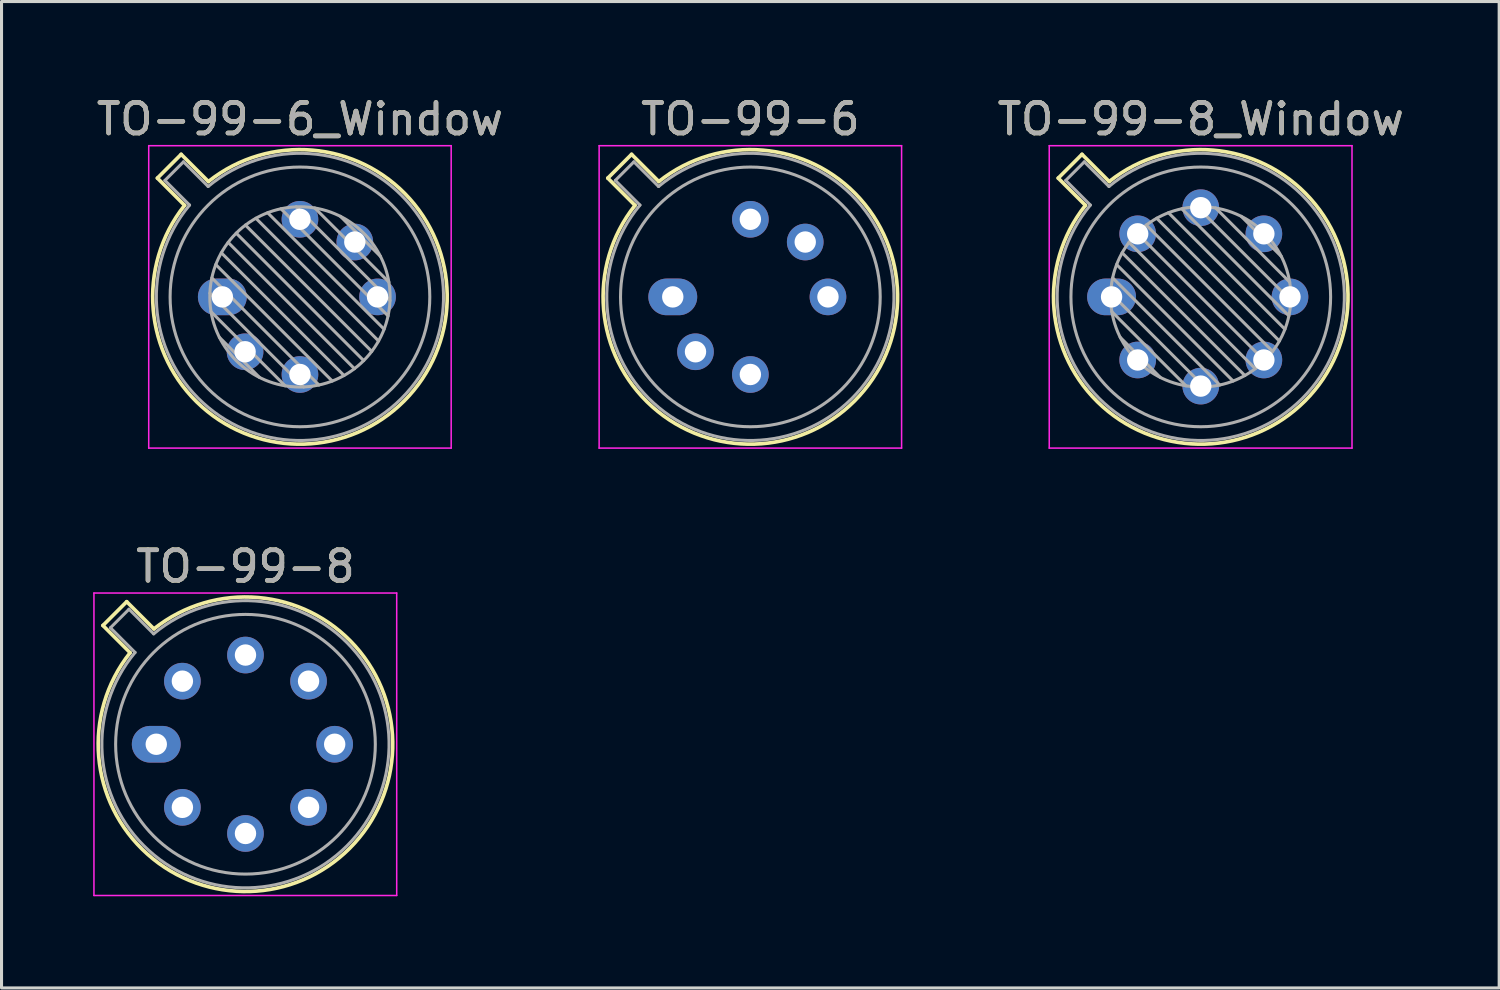
<source format=kicad_pcb>
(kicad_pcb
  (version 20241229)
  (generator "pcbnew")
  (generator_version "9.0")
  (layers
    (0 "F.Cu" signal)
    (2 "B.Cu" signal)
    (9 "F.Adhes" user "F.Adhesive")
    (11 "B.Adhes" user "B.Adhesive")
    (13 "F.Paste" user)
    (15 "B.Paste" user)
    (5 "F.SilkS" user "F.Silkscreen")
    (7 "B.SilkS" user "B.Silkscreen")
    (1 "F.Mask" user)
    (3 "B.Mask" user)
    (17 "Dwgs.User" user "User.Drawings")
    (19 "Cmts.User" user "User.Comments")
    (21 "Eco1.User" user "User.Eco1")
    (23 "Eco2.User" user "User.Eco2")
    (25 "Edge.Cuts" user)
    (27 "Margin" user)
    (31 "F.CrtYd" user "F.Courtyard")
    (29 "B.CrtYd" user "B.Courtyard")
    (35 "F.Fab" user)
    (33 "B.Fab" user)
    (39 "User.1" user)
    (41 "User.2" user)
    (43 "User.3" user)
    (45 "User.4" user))
  (footprint "TO-99-6"
    (layer "F.Cu")
    (at 18.971 6.668)
    (property "Reference" "TO-99-6" (at 2.54 -5.82 0) (layer "F.SilkS") (effects (font (size 1 1) (thickness 0.15))))
    (attr through_hole)
    (fp_line (start -2.126 -3.888) (end -1.235 -2.997) (stroke (width 0.12) (type solid)) (layer "F.SilkS"))
    (fp_line (start -1.348 -4.666) (end -2.126 -3.888) (stroke (width 0.12) (type solid)) (layer "F.SilkS"))
    (fp_line (start -0.457 -3.775) (end -1.348 -4.666) (stroke (width 0.12) (type solid)) (layer "F.SilkS"))
    (fp_arc (start -0.457084 -3.774902) (mid 5.948125 3.408384) (end -1.234674 -2.997371) (stroke (width 0.12) (type solid)) (layer "F.SilkS"))
    (fp_line (start -2.41 -4.95) (end -2.41 4.95) (stroke (width 0.05) (type solid)) (layer "F.CrtYd"))
    (fp_line (start -2.41 4.95) (end 7.49 4.95) (stroke (width 0.05) (type solid)) (layer "F.CrtYd"))
    (fp_line (start 7.49 -4.95) (end -2.41 -4.95) (stroke (width 0.05) (type solid)) (layer "F.CrtYd"))
    (fp_line (start 7.49 4.95) (end 7.49 -4.95) (stroke (width 0.05) (type solid)) (layer "F.CrtYd"))
    (fp_line (start -1.88 -3.812) (end -1.074 -3.005) (stroke (width 0.1) (type solid)) (layer "F.Fab"))
    (fp_line (start -1.272 -4.42) (end -1.88 -3.812) (stroke (width 0.1) (type solid)) (layer "F.Fab"))
    (fp_line (start -0.465 -3.614) (end -1.272 -4.42) (stroke (width 0.1) (type solid)) (layer "F.Fab"))
    (fp_arc (start -0.465408 -3.61352) (mid 5.863443 3.323361) (end -1.073594 -3.005319) (stroke (width 0.1) (type solid)) (layer "F.Fab"))
    (fp_circle (center 2.54 0) (end 6.79 0) (stroke (width 0.1) (type solid)) (fill no) (layer "F.Fab"))
    (fp_text user "${REFERENCE}" (at 2.54 -5.82 0) (layer "F.Fab") (effects (font (size 1 1) (thickness 0.15))))
    (pad "1" thru_hole oval (at 0 0) (size 1.6 1.2) (drill 0.7) (layers "*.Cu" "*.Mask"))
    (pad "2" thru_hole oval (at 0.744 1.796) (size 1.2 1.2) (drill 0.7) (layers "*.Cu" "*.Mask"))
    (pad "3" thru_hole oval (at 2.54 2.54) (size 1.2 1.2) (drill 0.7) (layers "*.Cu" "*.Mask"))
    (pad "4" thru_hole oval (at 5.08 0) (size 1.2 1.2) (drill 0.7) (layers "*.Cu" "*.Mask"))
    (pad "5" thru_hole oval (at 4.336 -1.796) (size 1.2 1.2) (drill 0.7) (layers "*.Cu" "*.Mask"))
    (pad "6" thru_hole oval (at 2.54 -2.54) (size 1.2 1.2) (drill 0.7) (layers "*.Cu" "*.Mask")))
  (footprint "TO-99-8"
    (layer "F.Cu")
    (at 2.065 21.311)
    (property "Reference" "TO-99-8" (at 2.92 -5.82 0) (layer "F.SilkS") (effects (font (size 1 1) (thickness 0.15))))
    (attr through_hole)
    (fp_line (start -1.746 -3.888) (end -0.855 -2.997) (stroke (width 0.12) (type solid)) (layer "F.SilkS"))
    (fp_line (start -0.968 -4.666) (end -1.746 -3.888) (stroke (width 0.12) (type solid)) (layer "F.SilkS"))
    (fp_line (start -0.077 -3.775) (end -0.968 -4.666) (stroke (width 0.12) (type solid)) (layer "F.SilkS"))
    (fp_arc (start -0.077084 -3.774902) (mid 6.328125 3.408384) (end -0.854674 -2.997371) (stroke (width 0.12) (type solid)) (layer "F.SilkS"))
    (fp_line (start -2.04 -4.95) (end -2.04 4.95) (stroke (width 0.05) (type solid)) (layer "F.CrtYd"))
    (fp_line (start -2.04 4.95) (end 7.87 4.95) (stroke (width 0.05) (type solid)) (layer "F.CrtYd"))
    (fp_line (start 7.87 -4.95) (end -2.04 -4.95) (stroke (width 0.05) (type solid)) (layer "F.CrtYd"))
    (fp_line (start 7.87 4.95) (end 7.87 -4.95) (stroke (width 0.05) (type solid)) (layer "F.CrtYd"))
    (fp_line (start -1.5 -3.812) (end -0.694 -3.005) (stroke (width 0.1) (type solid)) (layer "F.Fab"))
    (fp_line (start -0.892 -4.42) (end -1.5 -3.812) (stroke (width 0.1) (type solid)) (layer "F.Fab"))
    (fp_line (start -0.085 -3.614) (end -0.892 -4.42) (stroke (width 0.1) (type solid)) (layer "F.Fab"))
    (fp_arc (start -0.085408 -3.61352) (mid 6.243443 3.323361) (end -0.693594 -3.005319) (stroke (width 0.1) (type solid)) (layer "F.Fab"))
    (fp_circle (center 2.92 0) (end 7.17 0) (stroke (width 0.1) (type solid)) (fill no) (layer "F.Fab"))
    (fp_text user "${REFERENCE}" (at 2.92 -5.82 0) (layer "F.Fab") (effects (font (size 1 1) (thickness 0.15))))
    (pad "1" thru_hole oval (at 0 0) (size 1.6 1.2) (drill 0.7) (layers "*.Cu" "*.Mask"))
    (pad "2" thru_hole oval (at 0.855 2.065) (size 1.2 1.2) (drill 0.7) (layers "*.Cu" "*.Mask"))
    (pad "3" thru_hole oval (at 2.92 2.92) (size 1.2 1.2) (drill 0.7) (layers "*.Cu" "*.Mask"))
    (pad "4" thru_hole oval (at 4.985 2.065) (size 1.2 1.2) (drill 0.7) (layers "*.Cu" "*.Mask"))
    (pad "5" thru_hole oval (at 5.84 0) (size 1.2 1.2) (drill 0.7) (layers "*.Cu" "*.Mask"))
    (pad "6" thru_hole oval (at 4.985 -2.065) (size 1.2 1.2) (drill 0.7) (layers "*.Cu" "*.Mask"))
    (pad "7" thru_hole oval (at 2.92 -2.92) (size 1.2 1.2) (drill 0.7) (layers "*.Cu" "*.Mask"))
    (pad "8" thru_hole oval (at 0.855 -2.065) (size 1.2 1.2) (drill 0.7) (layers "*.Cu" "*.Mask")))
  (footprint "TO-99-8_Window"
    (layer "F.Cu")
    (at 33.334 6.668)
    (property "Reference" "TO-99-8_Window" (at 2.92 -5.82 0) (layer "F.SilkS") (effects (font (size 1 1) (thickness 0.15))))
    (attr through_hole)
    (fp_line (start -1.746 -3.888) (end -0.855 -2.997) (stroke (width 0.12) (type solid)) (layer "F.SilkS"))
    (fp_line (start -0.968 -4.666) (end -1.746 -3.888) (stroke (width 0.12) (type solid)) (layer "F.SilkS"))
    (fp_line (start -0.077 -3.775) (end -0.968 -4.666) (stroke (width 0.12) (type solid)) (layer "F.SilkS"))
    (fp_arc (start -0.077084 -3.774902) (mid 6.328125 3.408384) (end -0.854674 -2.997371) (stroke (width 0.12) (type solid)) (layer "F.SilkS"))
    (fp_line (start -2.04 -4.95) (end -2.04 4.95) (stroke (width 0.05) (type solid)) (layer "F.CrtYd"))
    (fp_line (start -2.04 4.95) (end 7.87 4.95) (stroke (width 0.05) (type solid)) (layer "F.CrtYd"))
    (fp_line (start 7.87 -4.95) (end -2.04 -4.95) (stroke (width 0.05) (type solid)) (layer "F.CrtYd"))
    (fp_line (start 7.87 4.95) (end 7.87 -4.95) (stroke (width 0.05) (type solid)) (layer "F.CrtYd"))
    (fp_line (start -1.5 -3.812) (end -0.694 -3.005) (stroke (width 0.1) (type solid)) (layer "F.Fab"))
    (fp_line (start -0.892 -4.42) (end -1.5 -3.812) (stroke (width 0.1) (type solid)) (layer "F.Fab"))
    (fp_line (start -0.085 -3.614) (end -0.892 -4.42) (stroke (width 0.1) (type solid)) (layer "F.Fab"))
    (fp_line (start -0.028 -0.12) (end 3.04 2.948) (stroke (width 0.1) (type solid)) (layer "F.Fab"))
    (fp_line (start 0.009 0.485) (end 2.435 2.911) (stroke (width 0.1) (type solid)) (layer "F.Fab"))
    (fp_line (start 0.036 -0.622) (end 3.542 2.884) (stroke (width 0.1) (type solid)) (layer "F.Fab"))
    (fp_line (start 0.165 -1.058) (end 3.978 2.755) (stroke (width 0.1) (type solid)) (layer "F.Fab"))
    (fp_line (start 0.283 1.324) (end 1.596 2.637) (stroke (width 0.1) (type solid)) (layer "F.Fab"))
    (fp_line (start 0.346 -1.443) (end 4.363 2.574) (stroke (width 0.1) (type solid)) (layer "F.Fab"))
    (fp_line (start 0.57 -1.784) (end 4.704 2.35) (stroke (width 0.1) (type solid)) (layer "F.Fab"))
    (fp_line (start 0.834 -2.086) (end 5.006 2.086) (stroke (width 0.1) (type solid)) (layer "F.Fab"))
    (fp_line (start 1.136 -2.35) (end 5.27 1.784) (stroke (width 0.1) (type solid)) (layer "F.Fab"))
    (fp_line (start 1.477 -2.574) (end 5.494 1.443) (stroke (width 0.1) (type solid)) (layer "F.Fab"))
    (fp_line (start 1.862 -2.755) (end 5.675 1.058) (stroke (width 0.1) (type solid)) (layer "F.Fab"))
    (fp_line (start 2.298 -2.884) (end 5.804 0.622) (stroke (width 0.1) (type solid)) (layer "F.Fab"))
    (fp_line (start 2.8 -2.948) (end 5.868 0.12) (stroke (width 0.1) (type solid)) (layer "F.Fab"))
    (fp_line (start 3.405 -2.911) (end 5.831 -0.485) (stroke (width 0.1) (type solid)) (layer "F.Fab"))
    (fp_line (start 4.244 -2.637) (end 5.557 -1.324) (stroke (width 0.1) (type solid)) (layer "F.Fab"))
    (fp_arc (start -0.085408 -3.61352) (mid 6.243443 3.323361) (end -0.693594 -3.005319) (stroke (width 0.1) (type solid)) (layer "F.Fab"))
    (fp_circle (center 2.92 0) (end 5.87 0) (stroke (width 0.1) (type solid)) (fill no) (layer "F.Fab"))
    (fp_circle (center 2.92 0) (end 7.17 0) (stroke (width 0.1) (type solid)) (fill no) (layer "F.Fab"))
    (fp_text user "${REFERENCE}" (at 2.92 -5.82 0) (layer "F.Fab") (effects (font (size 1 1) (thickness 0.15))))
    (pad "1" thru_hole oval (at 0 0) (size 1.6 1.2) (drill 0.7) (layers "*.Cu" "*.Mask"))
    (pad "2" thru_hole oval (at 0.855 2.065) (size 1.2 1.2) (drill 0.7) (layers "*.Cu" "*.Mask"))
    (pad "3" thru_hole oval (at 2.92 2.92) (size 1.2 1.2) (drill 0.7) (layers "*.Cu" "*.Mask"))
    (pad "4" thru_hole oval (at 4.985 2.065) (size 1.2 1.2) (drill 0.7) (layers "*.Cu" "*.Mask"))
    (pad "5" thru_hole oval (at 5.84 0) (size 1.2 1.2) (drill 0.7) (layers "*.Cu" "*.Mask"))
    (pad "6" thru_hole oval (at 4.985 -2.065) (size 1.2 1.2) (drill 0.7) (layers "*.Cu" "*.Mask"))
    (pad "7" thru_hole oval (at 2.92 -2.92) (size 1.2 1.2) (drill 0.7) (layers "*.Cu" "*.Mask"))
    (pad "8" thru_hole oval (at 0.855 -2.065) (size 1.2 1.2) (drill 0.7) (layers "*.Cu" "*.Mask")))
  (footprint "TO-99-6_Window"
    (layer "F.Cu")
    (at 4.228 6.668)
    (property "Reference" "TO-99-6_Window" (at 2.54 -5.82 0) (layer "F.SilkS") (effects (font (size 1 1) (thickness 0.15))))
    (attr through_hole)
    (fp_line (start -2.126 -3.888) (end -1.235 -2.997) (stroke (width 0.12) (type solid)) (layer "F.SilkS"))
    (fp_line (start -1.348 -4.666) (end -2.126 -3.888) (stroke (width 0.12) (type solid)) (layer "F.SilkS"))
    (fp_line (start -0.457 -3.775) (end -1.348 -4.666) (stroke (width 0.12) (type solid)) (layer "F.SilkS"))
    (fp_arc (start -0.457084 -3.774902) (mid 5.948125 3.408384) (end -1.234674 -2.997371) (stroke (width 0.12) (type solid)) (layer "F.SilkS"))
    (fp_line (start -2.41 -4.95) (end -2.41 4.95) (stroke (width 0.05) (type solid)) (layer "F.CrtYd"))
    (fp_line (start -2.41 4.95) (end 7.49 4.95) (stroke (width 0.05) (type solid)) (layer "F.CrtYd"))
    (fp_line (start 7.49 -4.95) (end -2.41 -4.95) (stroke (width 0.05) (type solid)) (layer "F.CrtYd"))
    (fp_line (start 7.49 4.95) (end 7.49 -4.95) (stroke (width 0.05) (type solid)) (layer "F.CrtYd"))
    (fp_line (start -1.88 -3.812) (end -1.074 -3.005) (stroke (width 0.1) (type solid)) (layer "F.Fab"))
    (fp_line (start -1.272 -4.42) (end -1.88 -3.812) (stroke (width 0.1) (type solid)) (layer "F.Fab"))
    (fp_line (start -0.465 -3.614) (end -1.272 -4.42) (stroke (width 0.1) (type solid)) (layer "F.Fab"))
    (fp_line (start -0.408 -0.12) (end 2.66 2.948) (stroke (width 0.1) (type solid)) (layer "F.Fab"))
    (fp_line (start -0.371 0.485) (end 2.055 2.911) (stroke (width 0.1) (type solid)) (layer "F.Fab"))
    (fp_line (start -0.344 -0.622) (end 3.162 2.884) (stroke (width 0.1) (type solid)) (layer "F.Fab"))
    (fp_line (start -0.215 -1.058) (end 3.598 2.755) (stroke (width 0.1) (type solid)) (layer "F.Fab"))
    (fp_line (start -0.097 1.324) (end 1.216 2.637) (stroke (width 0.1) (type solid)) (layer "F.Fab"))
    (fp_line (start -0.034 -1.443) (end 3.983 2.574) (stroke (width 0.1) (type solid)) (layer "F.Fab"))
    (fp_line (start 0.19 -1.784) (end 4.324 2.35) (stroke (width 0.1) (type solid)) (layer "F.Fab"))
    (fp_line (start 0.454 -2.086) (end 4.626 2.086) (stroke (width 0.1) (type solid)) (layer "F.Fab"))
    (fp_line (start 0.756 -2.35) (end 4.89 1.784) (stroke (width 0.1) (type solid)) (layer "F.Fab"))
    (fp_line (start 1.097 -2.574) (end 5.114 1.443) (stroke (width 0.1) (type solid)) (layer "F.Fab"))
    (fp_line (start 1.482 -2.755) (end 5.295 1.058) (stroke (width 0.1) (type solid)) (layer "F.Fab"))
    (fp_line (start 1.918 -2.884) (end 5.424 0.622) (stroke (width 0.1) (type solid)) (layer "F.Fab"))
    (fp_line (start 2.42 -2.948) (end 5.488 0.12) (stroke (width 0.1) (type solid)) (layer "F.Fab"))
    (fp_line (start 3.025 -2.911) (end 5.451 -0.485) (stroke (width 0.1) (type solid)) (layer "F.Fab"))
    (fp_line (start 3.864 -2.637) (end 5.177 -1.324) (stroke (width 0.1) (type solid)) (layer "F.Fab"))
    (fp_arc (start -0.465408 -3.61352) (mid 5.863443 3.323361) (end -1.073594 -3.005319) (stroke (width 0.1) (type solid)) (layer "F.Fab"))
    (fp_circle (center 2.54 0) (end 5.49 0) (stroke (width 0.1) (type solid)) (fill no) (layer "F.Fab"))
    (fp_circle (center 2.54 0) (end 6.79 0) (stroke (width 0.1) (type solid)) (fill no) (layer "F.Fab"))
    (fp_text user "${REFERENCE}" (at 2.54 -5.82 0) (layer "F.Fab") (effects (font (size 1 1) (thickness 0.15))))
    (pad "1" thru_hole oval (at 0 0) (size 1.6 1.2) (drill 0.7) (layers "*.Cu" "*.Mask"))
    (pad "2" thru_hole oval (at 0.744 1.796) (size 1.2 1.2) (drill 0.7) (layers "*.Cu" "*.Mask"))
    (pad "3" thru_hole oval (at 2.54 2.54) (size 1.2 1.2) (drill 0.7) (layers "*.Cu" "*.Mask"))
    (pad "4" thru_hole oval (at 5.08 0) (size 1.2 1.2) (drill 0.7) (layers "*.Cu" "*.Mask"))
    (pad "5" thru_hole oval (at 4.336 -1.796) (size 1.2 1.2) (drill 0.7) (layers "*.Cu" "*.Mask"))
    (pad "6" thru_hole oval (at 2.54 -2.54) (size 1.2 1.2) (drill 0.7) (layers "*.Cu" "*.Mask")))
  (gr_rect
    (start -3 -3)
    (end 46.021 29.287)
    (stroke (width 0.1) (type default))
    (fill no)
    (layer "Edge.Cuts")))
</source>
